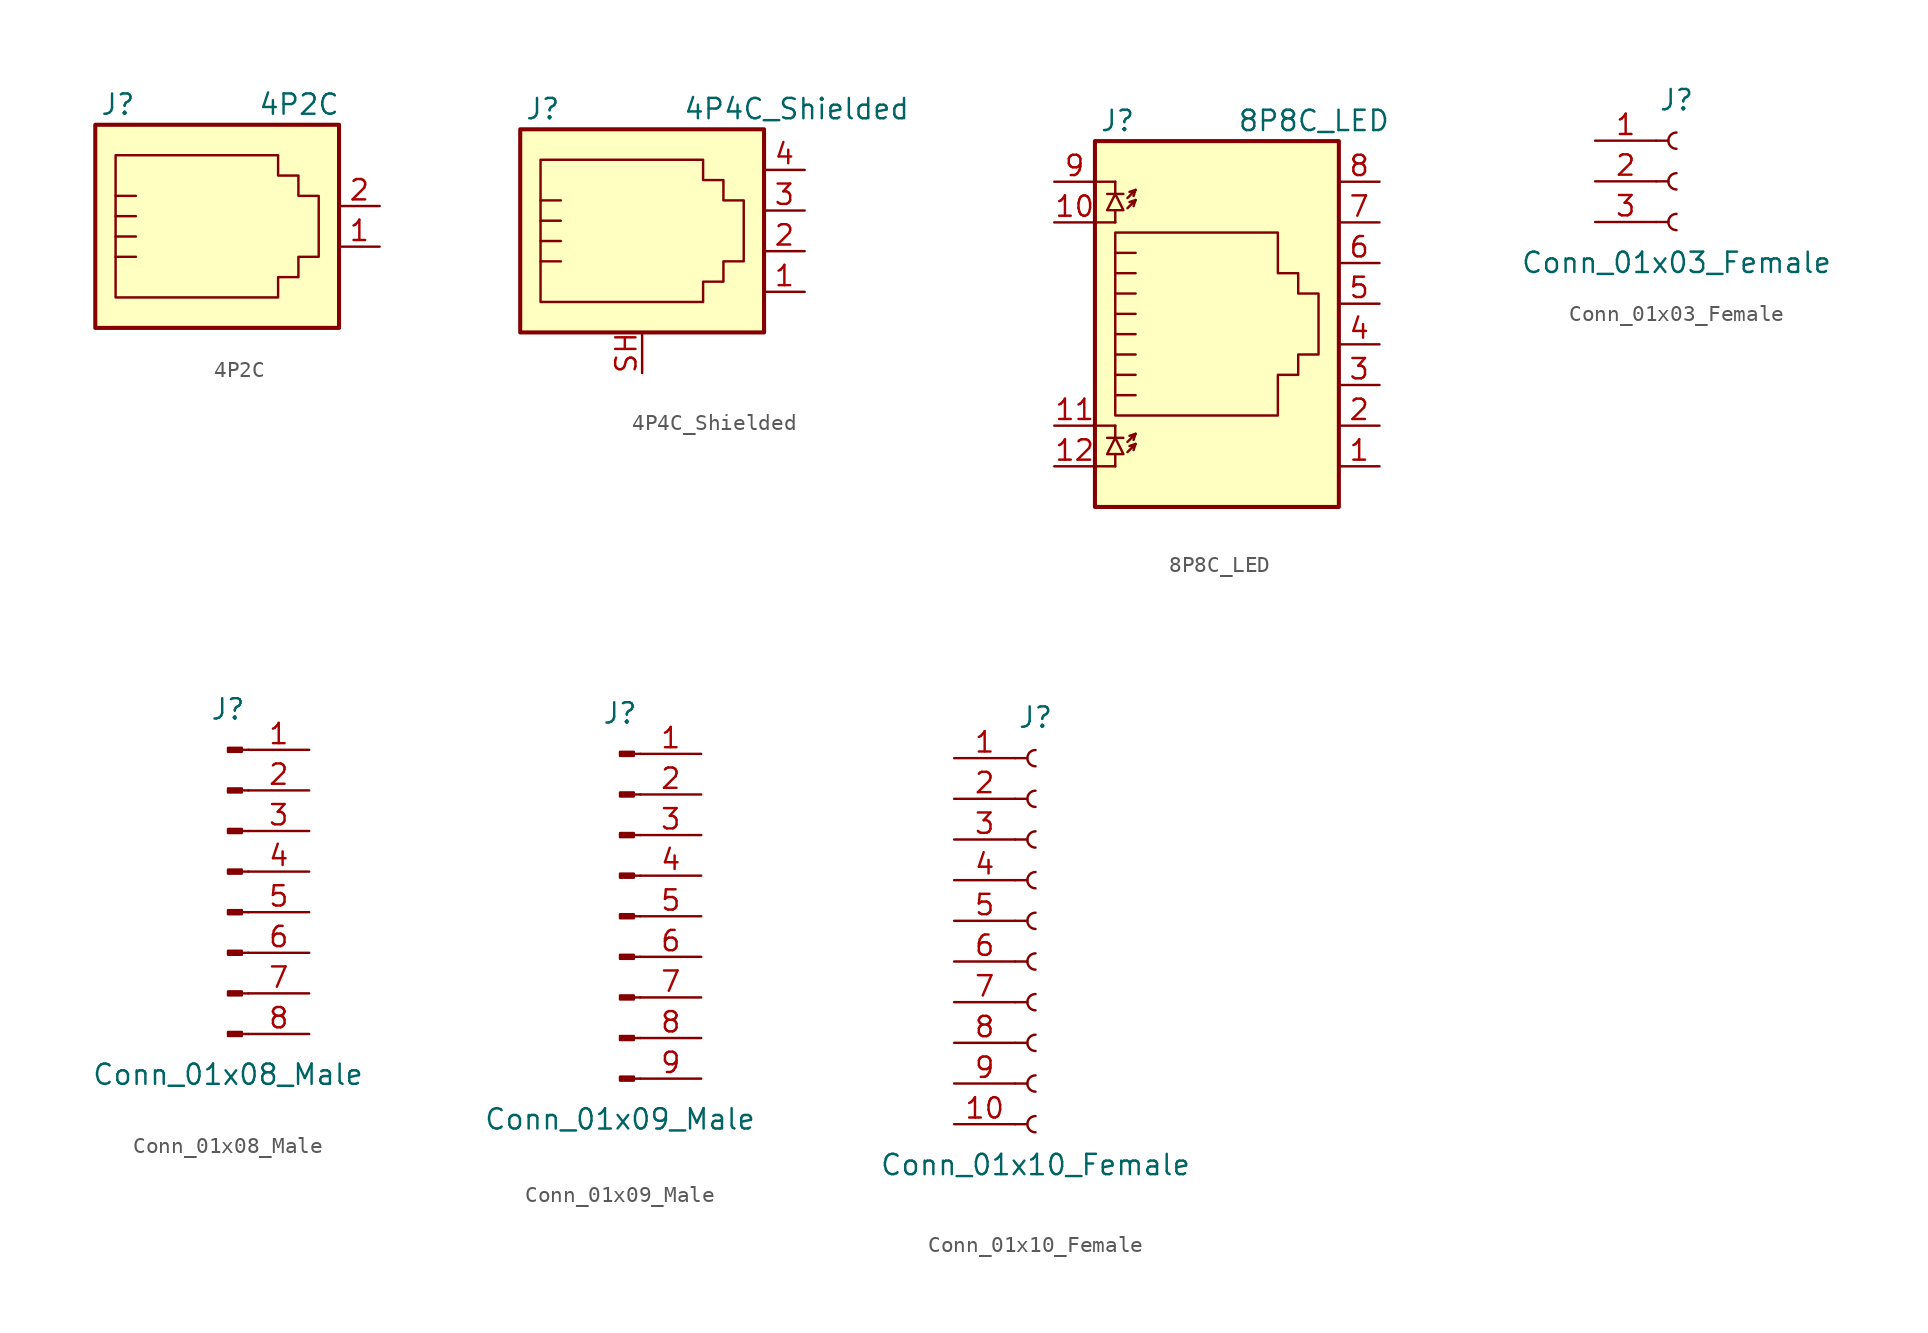
<source format=kicad_sym>
(kicad_symbol_lib
  (version 20201005)
  (generator kicad_symbol_editor)
  (symbol "Connector:4P2C"
    (pin_names
      (offset 1.016))
    (property "Reference" "J"
      (at -5.08 8.89 0)
      (effects (font (size 1.27 1.27)) (justify right)))
    (property "Value" "4P2C"
      (at 2.54 8.89 0)
      (effects (font (size 1.27 1.27)) (justify left)))
    (symbol "4P2C_0_1"
      (rectangle (start 7.62 7.62) (end -7.62 -5.08) (stroke (width 0.254)) (fill (type background)))
      (polyline (pts (xy -6.35 -0.635) (xy -5.08 -0.635) (xy -5.08 -0.635)) (stroke (width 0)) (fill (type none)))
      (polyline (pts (xy -6.35 0.635) (xy -5.08 0.635) (xy -5.08 0.635)) (stroke (width 0)) (fill (type none)))
      (polyline (pts (xy -6.35 1.905) (xy -5.08 1.905) (xy -5.08 1.905)) (stroke (width 0)) (fill (type none)))
      (polyline (pts (xy -6.35 3.175) (xy -5.08 3.175) (xy -5.08 3.175)) (stroke (width 0)) (fill (type none)))
      (polyline (pts (xy -6.35 -3.175) (xy -6.35 5.715) (xy -1.27 5.715) (xy 3.81 5.715) (xy 3.81 4.445) (xy 5.08 4.445) (xy 5.08 3.175) (xy 6.35 3.175) (xy 6.35 -0.635) (xy 5.08 -0.635) (xy 5.08 -1.905) (xy 3.81 -1.905) (xy 3.81 -3.175) (xy -6.35 -3.175) (xy -6.35 -3.175)) (stroke (width 0)) (fill (type none))))
    (symbol "4P2C_1_1"
      (pin passive line (at 10.16 0 180) (length 2.54) (name "~" (effects (font (size 1.27 1.27)))) (number "1" (effects (font (size 1.27 1.27)))))
      (pin passive line (at 10.16 2.54 180) (length 2.54) (name "~" (effects (font (size 1.27 1.27)))) (number "2" (effects (font (size 1.27 1.27)))))))
  (symbol "Connector:4P4C_Shielded"
    (pin_names
      (offset 1.016))
    (property "Reference" "J"
      (at -5.08 8.89 0)
      (effects (font (size 1.27 1.27)) (justify right)))
    (property "Value" "4P4C_Shielded"
      (at 2.54 8.89 0)
      (effects (font (size 1.27 1.27)) (justify left)))
    (symbol "4P4C_Shielded_0_1"
      (rectangle (start 7.62 7.62) (end -7.62 -5.08) (stroke (width 0.254)) (fill (type background)))
      (polyline (pts (xy -6.35 -0.635) (xy -5.08 -0.635) (xy -5.08 -0.635)) (stroke (width 0)) (fill (type none)))
      (polyline (pts (xy -6.35 0.635) (xy -5.08 0.635) (xy -5.08 0.635)) (stroke (width 0)) (fill (type none)))
      (polyline (pts (xy -6.35 1.905) (xy -5.08 1.905) (xy -5.08 1.905)) (stroke (width 0)) (fill (type none)))
      (polyline (pts (xy -6.35 3.175) (xy -5.08 3.175) (xy -5.08 3.175)) (stroke (width 0)) (fill (type none)))
      (polyline (pts (xy -6.35 -3.175) (xy -6.35 5.715) (xy -1.27 5.715) (xy 3.81 5.715) (xy 3.81 4.445) (xy 5.08 4.445) (xy 5.08 3.175) (xy 6.35 3.175) (xy 6.35 -0.635) (xy 5.08 -0.635) (xy 5.08 -1.905) (xy 3.81 -1.905) (xy 3.81 -3.175) (xy -6.35 -3.175) (xy -6.35 -3.175)) (stroke (width 0)) (fill (type none))))
    (symbol "4P4C_Shielded_1_1"
      (pin passive line (at 10.16 -2.54 180) (length 2.54) (name "~" (effects (font (size 1.27 1.27)))) (number "1" (effects (font (size 1.27 1.27)))))
      (pin passive line (at 10.16 0 180) (length 2.54) (name "~" (effects (font (size 1.27 1.27)))) (number "2" (effects (font (size 1.27 1.27)))))
      (pin passive line (at 10.16 2.54 180) (length 2.54) (name "~" (effects (font (size 1.27 1.27)))) (number "3" (effects (font (size 1.27 1.27)))))
      (pin passive line (at 10.16 5.08 180) (length 2.54) (name "~" (effects (font (size 1.27 1.27)))) (number "4" (effects (font (size 1.27 1.27)))))
      (pin passive line (at 0 -7.62 90) (length 2.54) (name "~" (effects (font (size 1.27 1.27)))) (number "SH" (effects (font (size 1.27 1.27)))))))
  (symbol "Connector:8P8C_LED"
    (pin_names
      (offset 1.016))
    (property "Reference" "J"
      (at -5.08 13.97 0)
      (effects (font (size 1.27 1.27)) (justify right)))
    (property "Value" "8P8C_LED"
      (at 1.27 13.97 0)
      (effects (font (size 1.27 1.27)) (justify left)))
    (symbol "8P8C_LED_0_1"
      (rectangle (start 7.62 12.7) (end -7.62 -10.16) (stroke (width 0.254)) (fill (type background)))
      (polyline (pts (xy -7.62 -7.62) (xy -6.35 -7.62)) (stroke (width 0)) (fill (type none)))
      (polyline (pts (xy -7.62 -5.08) (xy -6.35 -5.08)) (stroke (width 0)) (fill (type none)))
      (polyline (pts (xy -7.62 7.62) (xy -6.35 7.62)) (stroke (width 0)) (fill (type none)))
      (polyline (pts (xy -7.62 10.16) (xy -6.35 10.16)) (stroke (width 0)) (fill (type none)))
      (polyline (pts (xy -6.858 -5.842) (xy -5.842 -5.842)) (stroke (width 0)) (fill (type none)))
      (polyline (pts (xy -6.858 9.398) (xy -5.842 9.398)) (stroke (width 0)) (fill (type none)))
      (polyline (pts (xy -6.35 -7.62) (xy -6.35 -6.858)) (stroke (width 0)) (fill (type none)))
      (polyline (pts (xy -6.35 -5.08) (xy -6.35 -5.842)) (stroke (width 0)) (fill (type none)))
      (polyline (pts (xy -6.35 7.62) (xy -6.35 8.382)) (stroke (width 0)) (fill (type none)))
      (polyline (pts (xy -6.35 10.16) (xy -6.35 9.398)) (stroke (width 0)) (fill (type none)))
      (polyline (pts (xy -5.08 -6.223) (xy -5.207 -6.604)) (stroke (width 0)) (fill (type none)))
      (polyline (pts (xy -5.08 -5.588) (xy -5.207 -5.969)) (stroke (width 0)) (fill (type none)))
      (polyline (pts (xy -5.08 4.445) (xy -6.35 4.445)) (stroke (width 0)) (fill (type none)))
      (polyline (pts (xy -5.08 5.715) (xy -6.35 5.715)) (stroke (width 0)) (fill (type none)))
      (polyline (pts (xy -5.08 9.017) (xy -5.207 8.636)) (stroke (width 0)) (fill (type none)))
      (polyline (pts (xy -5.08 9.652) (xy -5.207 9.271)) (stroke (width 0)) (fill (type none)))
      (polyline (pts (xy -6.35 -3.175) (xy -5.08 -3.175) (xy -5.08 -3.175)) (stroke (width 0)) (fill (type none)))
      (polyline (pts (xy -6.35 -1.905) (xy -5.08 -1.905) (xy -5.08 -1.905)) (stroke (width 0)) (fill (type none)))
      (polyline (pts (xy -6.35 -0.635) (xy -5.08 -0.635) (xy -5.08 -0.635)) (stroke (width 0)) (fill (type none)))
      (polyline (pts (xy -6.35 0.635) (xy -5.08 0.635) (xy -5.08 0.635)) (stroke (width 0)) (fill (type none)))
      (polyline (pts (xy -6.35 1.905) (xy -5.08 1.905) (xy -5.08 1.905)) (stroke (width 0)) (fill (type none)))
      (polyline (pts (xy -5.588 -6.731) (xy -5.08 -6.223) (xy -5.461 -6.35)) (stroke (width 0)) (fill (type none)))
      (polyline (pts (xy -5.588 -6.096) (xy -5.08 -5.588) (xy -5.461 -5.715)) (stroke (width 0)) (fill (type none)))
      (polyline (pts (xy -5.588 8.509) (xy -5.08 9.017) (xy -5.461 8.89)) (stroke (width 0)) (fill (type none)))
      (polyline (pts (xy -5.588 9.144) (xy -5.08 9.652) (xy -5.461 9.525)) (stroke (width 0)) (fill (type none)))
      (polyline (pts (xy -5.08 3.175) (xy -6.35 3.175) (xy -6.35 3.175)) (stroke (width 0)) (fill (type none)))
      (polyline (pts (xy -6.35 -5.842) (xy -6.858 -6.858) (xy -5.842 -6.858) (xy -6.35 -5.842)) (stroke (width 0)) (fill (type none)))
      (polyline (pts (xy -6.35 9.398) (xy -6.858 8.382) (xy -5.842 8.382) (xy -6.35 9.398)) (stroke (width 0)) (fill (type none)))
      (polyline (pts (xy -6.35 -4.445) (xy -6.35 6.985) (xy 3.81 6.985) (xy 3.81 4.445) (xy 5.08 4.445) (xy 5.08 3.175) (xy 6.35 3.175) (xy 6.35 -0.635) (xy 5.08 -0.635) (xy 5.08 -1.905) (xy 3.81 -1.905) (xy 3.81 -4.445) (xy -6.35 -4.445) (xy -6.35 -4.445)) (stroke (width 0)) (fill (type none))))
    (symbol "8P8C_LED_1_1"
      (pin passive line (at 10.16 -7.62 180) (length 2.54) (name "~" (effects (font (size 1.27 1.27)))) (number "1" (effects (font (size 1.27 1.27)))))
      (pin passive line (at -10.16 7.62 0) (length 2.54) (name "~" (effects (font (size 1.27 1.27)))) (number "10" (effects (font (size 1.27 1.27)))))
      (pin passive line (at -10.16 -5.08 0) (length 2.54) (name "~" (effects (font (size 1.27 1.27)))) (number "11" (effects (font (size 1.27 1.27)))))
      (pin passive line (at -10.16 -7.62 0) (length 2.54) (name "~" (effects (font (size 1.27 1.27)))) (number "12" (effects (font (size 1.27 1.27)))))
      (pin passive line (at 10.16 -5.08 180) (length 2.54) (name "~" (effects (font (size 1.27 1.27)))) (number "2" (effects (font (size 1.27 1.27)))))
      (pin passive line (at 10.16 -2.54 180) (length 2.54) (name "~" (effects (font (size 1.27 1.27)))) (number "3" (effects (font (size 1.27 1.27)))))
      (pin passive line (at 10.16 0 180) (length 2.54) (name "~" (effects (font (size 1.27 1.27)))) (number "4" (effects (font (size 1.27 1.27)))))
      (pin passive line (at 10.16 2.54 180) (length 2.54) (name "~" (effects (font (size 1.27 1.27)))) (number "5" (effects (font (size 1.27 1.27)))))
      (pin passive line (at 10.16 5.08 180) (length 2.54) (name "~" (effects (font (size 1.27 1.27)))) (number "6" (effects (font (size 1.27 1.27)))))
      (pin passive line (at 10.16 7.62 180) (length 2.54) (name "~" (effects (font (size 1.27 1.27)))) (number "7" (effects (font (size 1.27 1.27)))))
      (pin passive line (at 10.16 10.16 180) (length 2.54) (name "~" (effects (font (size 1.27 1.27)))) (number "8" (effects (font (size 1.27 1.27)))))
      (pin passive line (at -10.16 10.16 0) (length 2.54) (name "~" (effects (font (size 1.27 1.27)))) (number "9" (effects (font (size 1.27 1.27)))))))
  (symbol "Connector:Conn_01x03_Female"
    (pin_names
      (offset 1.016) hide)
    (property "Reference" "J"
      (at 0 5.08 0)
      (effects (font (size 1.27 1.27))))
    (property "Value" "Conn_01x03_Female"
      (at 0 -5.08 0)
      (effects (font (size 1.27 1.27))))
    (symbol "Conn_01x03_Female_1_1"
      (arc (start 0 -2.032) (end 0 -3.048) (radius (at 0 -2.54) (length 0.508) (angles 90.1 -90.1)) (stroke (width 0.1524)) (fill (type none)))
      (arc (start 0 0.508) (end 0 -0.508) (radius (at 0 0) (length 0.508) (angles 90.1 -90.1)) (stroke (width 0.1524)) (fill (type none)))
      (arc (start 0 3.048) (end 0 2.032) (radius (at 0 2.54) (length 0.508) (angles 90.1 -90.1)) (stroke (width 0.1524)) (fill (type none)))
      (polyline (pts (xy -1.27 -2.54) (xy -0.508 -2.54)) (stroke (width 0.152)) (fill (type none)))
      (polyline (pts (xy -1.27 0) (xy -0.508 0)) (stroke (width 0.152)) (fill (type none)))
      (polyline (pts (xy -1.27 2.54) (xy -0.508 2.54)) (stroke (width 0.152)) (fill (type none)))
      (pin passive line (at -5.08 2.54 0) (length 3.81) (name "Pin_1" (effects (font (size 1.27 1.27)))) (number "1" (effects (font (size 1.27 1.27)))))
      (pin passive line (at -5.08 0 0) (length 3.81) (name "Pin_2" (effects (font (size 1.27 1.27)))) (number "2" (effects (font (size 1.27 1.27)))))
      (pin passive line (at -5.08 -2.54 0) (length 3.81) (name "Pin_3" (effects (font (size 1.27 1.27)))) (number "3" (effects (font (size 1.27 1.27)))))))
  (symbol "Connector:Conn_01x08_Male"
    (pin_names
      (offset 1.016) hide)
    (property "Reference" "J"
      (at 0 10.16 0)
      (effects (font (size 1.27 1.27))))
    (property "Value" "Conn_01x08_Male"
      (at 0 -12.7 0)
      (effects (font (size 1.27 1.27))))
    (symbol "Conn_01x08_Male_1_1"
      (rectangle (start 0.864 -10.033) (end 0 -10.287) (stroke (width 0.152)) (fill (type outline)))
      (rectangle (start 0.864 -7.493) (end 0 -7.747) (stroke (width 0.152)) (fill (type outline)))
      (rectangle (start 0.864 -4.953) (end 0 -5.207) (stroke (width 0.152)) (fill (type outline)))
      (rectangle (start 0.864 -2.413) (end 0 -2.667) (stroke (width 0.152)) (fill (type outline)))
      (rectangle (start 0.864 0.127) (end 0 -0.127) (stroke (width 0.152)) (fill (type outline)))
      (rectangle (start 0.864 2.667) (end 0 2.413) (stroke (width 0.152)) (fill (type outline)))
      (rectangle (start 0.864 5.207) (end 0 4.953) (stroke (width 0.152)) (fill (type outline)))
      (rectangle (start 0.864 7.747) (end 0 7.493) (stroke (width 0.152)) (fill (type outline)))
      (polyline (pts (xy 1.27 -10.16) (xy 0.864 -10.16)) (stroke (width 0.152)) (fill (type none)))
      (polyline (pts (xy 1.27 -7.62) (xy 0.864 -7.62)) (stroke (width 0.152)) (fill (type none)))
      (polyline (pts (xy 1.27 -5.08) (xy 0.864 -5.08)) (stroke (width 0.152)) (fill (type none)))
      (polyline (pts (xy 1.27 -2.54) (xy 0.864 -2.54)) (stroke (width 0.152)) (fill (type none)))
      (polyline (pts (xy 1.27 0) (xy 0.864 0)) (stroke (width 0.152)) (fill (type none)))
      (polyline (pts (xy 1.27 2.54) (xy 0.864 2.54)) (stroke (width 0.152)) (fill (type none)))
      (polyline (pts (xy 1.27 5.08) (xy 0.864 5.08)) (stroke (width 0.152)) (fill (type none)))
      (polyline (pts (xy 1.27 7.62) (xy 0.864 7.62)) (stroke (width 0.152)) (fill (type none)))
      (pin passive line (at 5.08 7.62 180) (length 3.81) (name "Pin_1" (effects (font (size 1.27 1.27)))) (number "1" (effects (font (size 1.27 1.27)))))
      (pin passive line (at 5.08 5.08 180) (length 3.81) (name "Pin_2" (effects (font (size 1.27 1.27)))) (number "2" (effects (font (size 1.27 1.27)))))
      (pin passive line (at 5.08 2.54 180) (length 3.81) (name "Pin_3" (effects (font (size 1.27 1.27)))) (number "3" (effects (font (size 1.27 1.27)))))
      (pin passive line (at 5.08 0 180) (length 3.81) (name "Pin_4" (effects (font (size 1.27 1.27)))) (number "4" (effects (font (size 1.27 1.27)))))
      (pin passive line (at 5.08 -2.54 180) (length 3.81) (name "Pin_5" (effects (font (size 1.27 1.27)))) (number "5" (effects (font (size 1.27 1.27)))))
      (pin passive line (at 5.08 -5.08 180) (length 3.81) (name "Pin_6" (effects (font (size 1.27 1.27)))) (number "6" (effects (font (size 1.27 1.27)))))
      (pin passive line (at 5.08 -7.62 180) (length 3.81) (name "Pin_7" (effects (font (size 1.27 1.27)))) (number "7" (effects (font (size 1.27 1.27)))))
      (pin passive line (at 5.08 -10.16 180) (length 3.81) (name "Pin_8" (effects (font (size 1.27 1.27)))) (number "8" (effects (font (size 1.27 1.27)))))))
  (symbol "Connector:Conn_01x09_Male"
    (pin_names
      (offset 1.016) hide)
    (property "Reference" "J"
      (at 0 12.7 0)
      (effects (font (size 1.27 1.27))))
    (property "Value" "Conn_01x09_Male"
      (at 0 -12.7 0)
      (effects (font (size 1.27 1.27))))
    (symbol "Conn_01x09_Male_1_1"
      (rectangle (start 0.864 -10.033) (end 0 -10.287) (stroke (width 0.152)) (fill (type outline)))
      (rectangle (start 0.864 -7.493) (end 0 -7.747) (stroke (width 0.152)) (fill (type outline)))
      (rectangle (start 0.864 -4.953) (end 0 -5.207) (stroke (width 0.152)) (fill (type outline)))
      (rectangle (start 0.864 -2.413) (end 0 -2.667) (stroke (width 0.152)) (fill (type outline)))
      (rectangle (start 0.864 0.127) (end 0 -0.127) (stroke (width 0.152)) (fill (type outline)))
      (rectangle (start 0.864 2.667) (end 0 2.413) (stroke (width 0.152)) (fill (type outline)))
      (rectangle (start 0.864 5.207) (end 0 4.953) (stroke (width 0.152)) (fill (type outline)))
      (rectangle (start 0.864 7.747) (end 0 7.493) (stroke (width 0.152)) (fill (type outline)))
      (rectangle (start 0.864 10.287) (end 0 10.033) (stroke (width 0.152)) (fill (type outline)))
      (polyline (pts (xy 1.27 -10.16) (xy 0.864 -10.16)) (stroke (width 0.152)) (fill (type none)))
      (polyline (pts (xy 1.27 -7.62) (xy 0.864 -7.62)) (stroke (width 0.152)) (fill (type none)))
      (polyline (pts (xy 1.27 -5.08) (xy 0.864 -5.08)) (stroke (width 0.152)) (fill (type none)))
      (polyline (pts (xy 1.27 -2.54) (xy 0.864 -2.54)) (stroke (width 0.152)) (fill (type none)))
      (polyline (pts (xy 1.27 0) (xy 0.864 0)) (stroke (width 0.152)) (fill (type none)))
      (polyline (pts (xy 1.27 2.54) (xy 0.864 2.54)) (stroke (width 0.152)) (fill (type none)))
      (polyline (pts (xy 1.27 5.08) (xy 0.864 5.08)) (stroke (width 0.152)) (fill (type none)))
      (polyline (pts (xy 1.27 7.62) (xy 0.864 7.62)) (stroke (width 0.152)) (fill (type none)))
      (polyline (pts (xy 1.27 10.16) (xy 0.864 10.16)) (stroke (width 0.152)) (fill (type none)))
      (pin passive line (at 5.08 10.16 180) (length 3.81) (name "Pin_1" (effects (font (size 1.27 1.27)))) (number "1" (effects (font (size 1.27 1.27)))))
      (pin passive line (at 5.08 7.62 180) (length 3.81) (name "Pin_2" (effects (font (size 1.27 1.27)))) (number "2" (effects (font (size 1.27 1.27)))))
      (pin passive line (at 5.08 5.08 180) (length 3.81) (name "Pin_3" (effects (font (size 1.27 1.27)))) (number "3" (effects (font (size 1.27 1.27)))))
      (pin passive line (at 5.08 2.54 180) (length 3.81) (name "Pin_4" (effects (font (size 1.27 1.27)))) (number "4" (effects (font (size 1.27 1.27)))))
      (pin passive line (at 5.08 0 180) (length 3.81) (name "Pin_5" (effects (font (size 1.27 1.27)))) (number "5" (effects (font (size 1.27 1.27)))))
      (pin passive line (at 5.08 -2.54 180) (length 3.81) (name "Pin_6" (effects (font (size 1.27 1.27)))) (number "6" (effects (font (size 1.27 1.27)))))
      (pin passive line (at 5.08 -5.08 180) (length 3.81) (name "Pin_7" (effects (font (size 1.27 1.27)))) (number "7" (effects (font (size 1.27 1.27)))))
      (pin passive line (at 5.08 -7.62 180) (length 3.81) (name "Pin_8" (effects (font (size 1.27 1.27)))) (number "8" (effects (font (size 1.27 1.27)))))
      (pin passive line (at 5.08 -10.16 180) (length 3.81) (name "Pin_9" (effects (font (size 1.27 1.27)))) (number "9" (effects (font (size 1.27 1.27)))))))
  (symbol "Connector:Conn_01x10_Female"
    (pin_names
      (offset 1.016) hide)
    (property "Reference" "J"
      (at 0 12.7 0)
      (effects (font (size 1.27 1.27))))
    (property "Value" "Conn_01x10_Female"
      (at 0 -15.24 0)
      (effects (font (size 1.27 1.27))))
    (symbol "Conn_01x10_Female_1_1"
      (arc (start 0 -12.192) (end 0 -13.208) (radius (at 0 -12.7) (length 0.508) (angles 90.1 -90.1)) (stroke (width 0.1524)) (fill (type none)))
      (arc (start 0 -9.652) (end 0 -10.668) (radius (at 0 -10.16) (length 0.508) (angles 90.1 -90.1)) (stroke (width 0.1524)) (fill (type none)))
      (arc (start 0 -7.112) (end 0 -8.128) (radius (at 0 -7.62) (length 0.508) (angles 90.1 -90.1)) (stroke (width 0.1524)) (fill (type none)))
      (arc (start 0 -4.572) (end 0 -5.588) (radius (at 0 -5.08) (length 0.508) (angles 90.1 -90.1)) (stroke (width 0.1524)) (fill (type none)))
      (arc (start 0 -2.032) (end 0 -3.048) (radius (at 0 -2.54) (length 0.508) (angles 90.1 -90.1)) (stroke (width 0.1524)) (fill (type none)))
      (arc (start 0 0.508) (end 0 -0.508) (radius (at 0 0) (length 0.508) (angles 90.1 -90.1)) (stroke (width 0.1524)) (fill (type none)))
      (arc (start 0 3.048) (end 0 2.032) (radius (at 0 2.54) (length 0.508) (angles 90.1 -90.1)) (stroke (width 0.1524)) (fill (type none)))
      (arc (start 0 5.588) (end 0 4.572) (radius (at 0 5.08) (length 0.508) (angles 90.1 -90.1)) (stroke (width 0.1524)) (fill (type none)))
      (arc (start 0 8.128) (end 0 7.112) (radius (at 0 7.62) (length 0.508) (angles 90.1 -90.1)) (stroke (width 0.1524)) (fill (type none)))
      (arc (start 0 10.668) (end 0 9.652) (radius (at 0 10.16) (length 0.508) (angles 90.1 -90.1)) (stroke (width 0.1524)) (fill (type none)))
      (polyline (pts (xy -1.27 -12.7) (xy -0.508 -12.7)) (stroke (width 0.152)) (fill (type none)))
      (polyline (pts (xy -1.27 -10.16) (xy -0.508 -10.16)) (stroke (width 0.152)) (fill (type none)))
      (polyline (pts (xy -1.27 -7.62) (xy -0.508 -7.62)) (stroke (width 0.152)) (fill (type none)))
      (polyline (pts (xy -1.27 -5.08) (xy -0.508 -5.08)) (stroke (width 0.152)) (fill (type none)))
      (polyline (pts (xy -1.27 -2.54) (xy -0.508 -2.54)) (stroke (width 0.152)) (fill (type none)))
      (polyline (pts (xy -1.27 0) (xy -0.508 0)) (stroke (width 0.152)) (fill (type none)))
      (polyline (pts (xy -1.27 2.54) (xy -0.508 2.54)) (stroke (width 0.152)) (fill (type none)))
      (polyline (pts (xy -1.27 5.08) (xy -0.508 5.08)) (stroke (width 0.152)) (fill (type none)))
      (polyline (pts (xy -1.27 7.62) (xy -0.508 7.62)) (stroke (width 0.152)) (fill (type none)))
      (polyline (pts (xy -1.27 10.16) (xy -0.508 10.16)) (stroke (width 0.152)) (fill (type none)))
      (pin passive line (at -5.08 10.16 0) (length 3.81) (name "Pin_1" (effects (font (size 1.27 1.27)))) (number "1" (effects (font (size 1.27 1.27)))))
      (pin passive line (at -5.08 -12.7 0) (length 3.81) (name "Pin_10" (effects (font (size 1.27 1.27)))) (number "10" (effects (font (size 1.27 1.27)))))
      (pin passive line (at -5.08 7.62 0) (length 3.81) (name "Pin_2" (effects (font (size 1.27 1.27)))) (number "2" (effects (font (size 1.27 1.27)))))
      (pin passive line (at -5.08 5.08 0) (length 3.81) (name "Pin_3" (effects (font (size 1.27 1.27)))) (number "3" (effects (font (size 1.27 1.27)))))
      (pin passive line (at -5.08 2.54 0) (length 3.81) (name "Pin_4" (effects (font (size 1.27 1.27)))) (number "4" (effects (font (size 1.27 1.27)))))
      (pin passive line (at -5.08 0 0) (length 3.81) (name "Pin_5" (effects (font (size 1.27 1.27)))) (number "5" (effects (font (size 1.27 1.27)))))
      (pin passive line (at -5.08 -2.54 0) (length 3.81) (name "Pin_6" (effects (font (size 1.27 1.27)))) (number "6" (effects (font (size 1.27 1.27)))))
      (pin passive line (at -5.08 -5.08 0) (length 3.81) (name "Pin_7" (effects (font (size 1.27 1.27)))) (number "7" (effects (font (size 1.27 1.27)))))
      (pin passive line (at -5.08 -7.62 0) (length 3.81) (name "Pin_8" (effects (font (size 1.27 1.27)))) (number "8" (effects (font (size 1.27 1.27)))))
      (pin passive line (at -5.08 -10.16 0) (length 3.81) (name "Pin_9" (effects (font (size 1.27 1.27)))) (number "9" (effects (font (size 1.27 1.27))))))))
</source>
